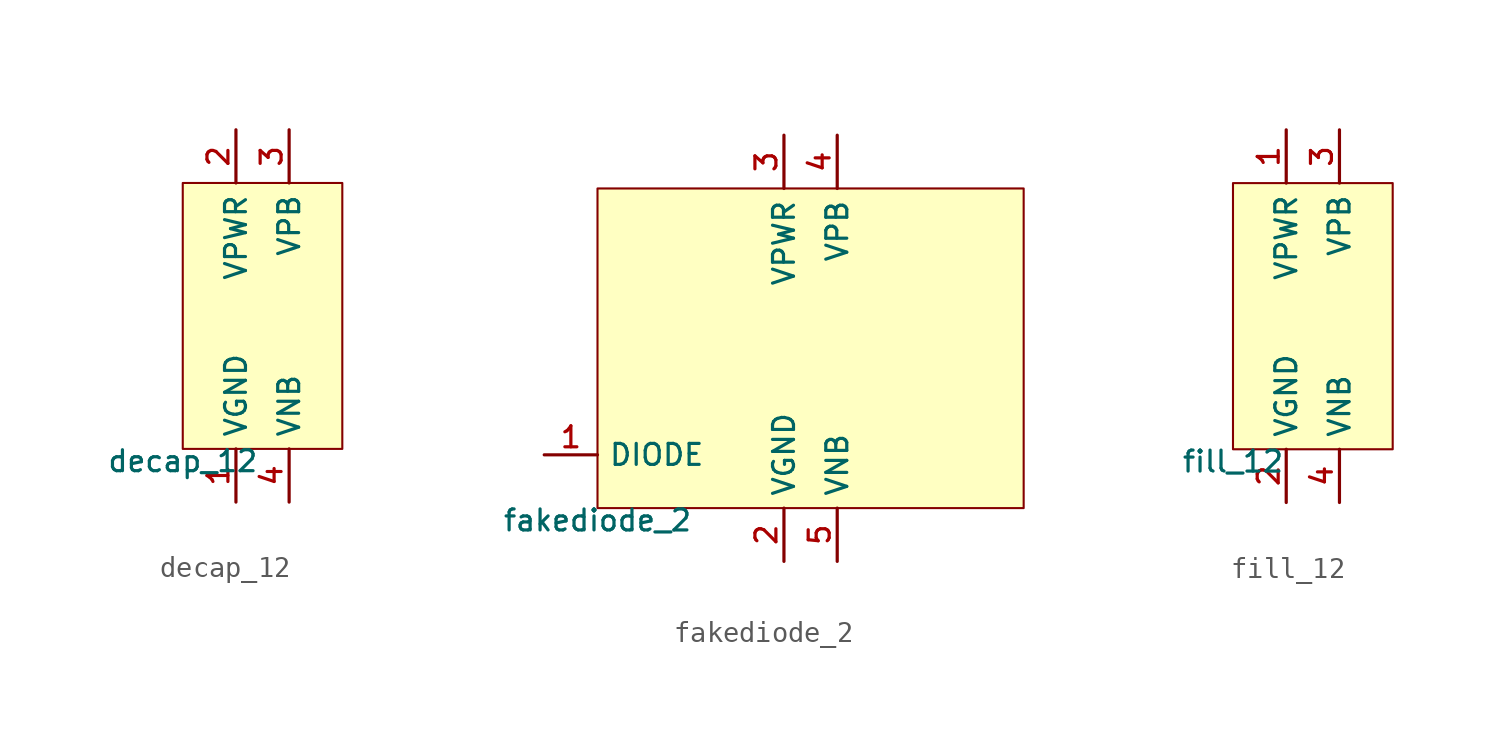
<source format=kicad_sym>
(kicad_symbol_lib
  (version 20211014)
  (generator pdk2kicad)
  (symbol "decap_12"
    (property "Reference" "X"
      (at 0 0 0)
      (effects (font (size 1 1)) hide))
    (property "Value" "decap_12"
      (at -3.81 -6.35 0)
      (effects (font (size 1 1)) (justify top)))
    (rectangle
      (start -3.81 -6.35)
      (end 3.81 6.35)
      (stroke (width 0.1) (type solid) (color 0 0 0 0))
      (fill (type background)))
    (pin power_in line
      (at -1.27 -8.89 90)
      (length 2.54)
      (name "VGND" (effects (font (size 1 1)) hide))
      (number "1" (effects (font (size 1 1)) hide)))
    (pin power_in line
      (at -1.27 8.89 270)
      (length 2.54)
      (name "VPWR" (effects (font (size 1 1)) hide))
      (number "2" (effects (font (size 1 1)) hide)))
    (pin power_in line
      (at 1.27 8.89 270)
      (length 2.54)
      (name "VPB" (effects (font (size 1 1)) hide))
      (number "3" (effects (font (size 1 1)) hide)))
    (pin power_in line
      (at 1.27 -8.89 90)
      (length 2.54)
      (name "VNB" (effects (font (size 1 1)) hide))
      (number "4" (effects (font (size 1 1)) hide))))
  (symbol "fakediode_2"
    (property "Reference" "X"
      (at 0 0 0)
      (effects (font (size 1 1)) hide))
    (property "Value" "fakediode_2"
      (at -10.16 -7.62 0)
      (effects (font (size 1 1)) (justify top)))
    (rectangle
      (start -10.16 -7.62)
      (end 10.16 7.62)
      (stroke (width 0.1) (type solid) (color 0 0 0 0))
      (fill (type background)))
    (pin bidirectional line
      (at -12.7 -5.08 0)
      (length 2.54)
      (name "DIODE" (effects (font (size 1 1)) hide))
      (number "1" (effects (font (size 1 1)) hide)))
    (pin power_in line
      (at -1.27 -10.16 90)
      (length 2.54)
      (name "VGND" (effects (font (size 1 1)) hide))
      (number "2" (effects (font (size 1 1)) hide)))
    (pin power_in line
      (at -1.27 10.16 270)
      (length 2.54)
      (name "VPWR" (effects (font (size 1 1)) hide))
      (number "3" (effects (font (size 1 1)) hide)))
    (pin power_in line
      (at 1.27 10.16 270)
      (length 2.54)
      (name "VPB" (effects (font (size 1 1)) hide))
      (number "4" (effects (font (size 1 1)) hide)))
    (pin power_in line
      (at 1.27 -10.16 90)
      (length 2.54)
      (name "VNB" (effects (font (size 1 1)) hide))
      (number "5" (effects (font (size 1 1)) hide))))
  (symbol "fill_12"
    (property "Reference" "X"
      (at 0 0 0)
      (effects (font (size 1 1)) hide))
    (property "Value" "fill_12"
      (at -3.81 -6.35 0)
      (effects (font (size 1 1)) (justify top)))
    (rectangle
      (start -3.81 -6.35)
      (end 3.81 6.35)
      (stroke (width 0.1) (type solid) (color 0 0 0 0))
      (fill (type background)))
    (pin power_in line
      (at -1.27 8.89 270)
      (length 2.54)
      (name "VPWR" (effects (font (size 1 1)) hide))
      (number "1" (effects (font (size 1 1)) hide)))
    (pin power_in line
      (at -1.27 -8.89 90)
      (length 2.54)
      (name "VGND" (effects (font (size 1 1)) hide))
      (number "2" (effects (font (size 1 1)) hide)))
    (pin power_in line
      (at 1.27 8.89 270)
      (length 2.54)
      (name "VPB" (effects (font (size 1 1)) hide))
      (number "3" (effects (font (size 1 1)) hide)))
    (pin power_in line
      (at 1.27 -8.89 90)
      (length 2.54)
      (name "VNB" (effects (font (size 1 1)) hide))
      (number "4" (effects (font (size 1 1)) hide)))))
</source>
